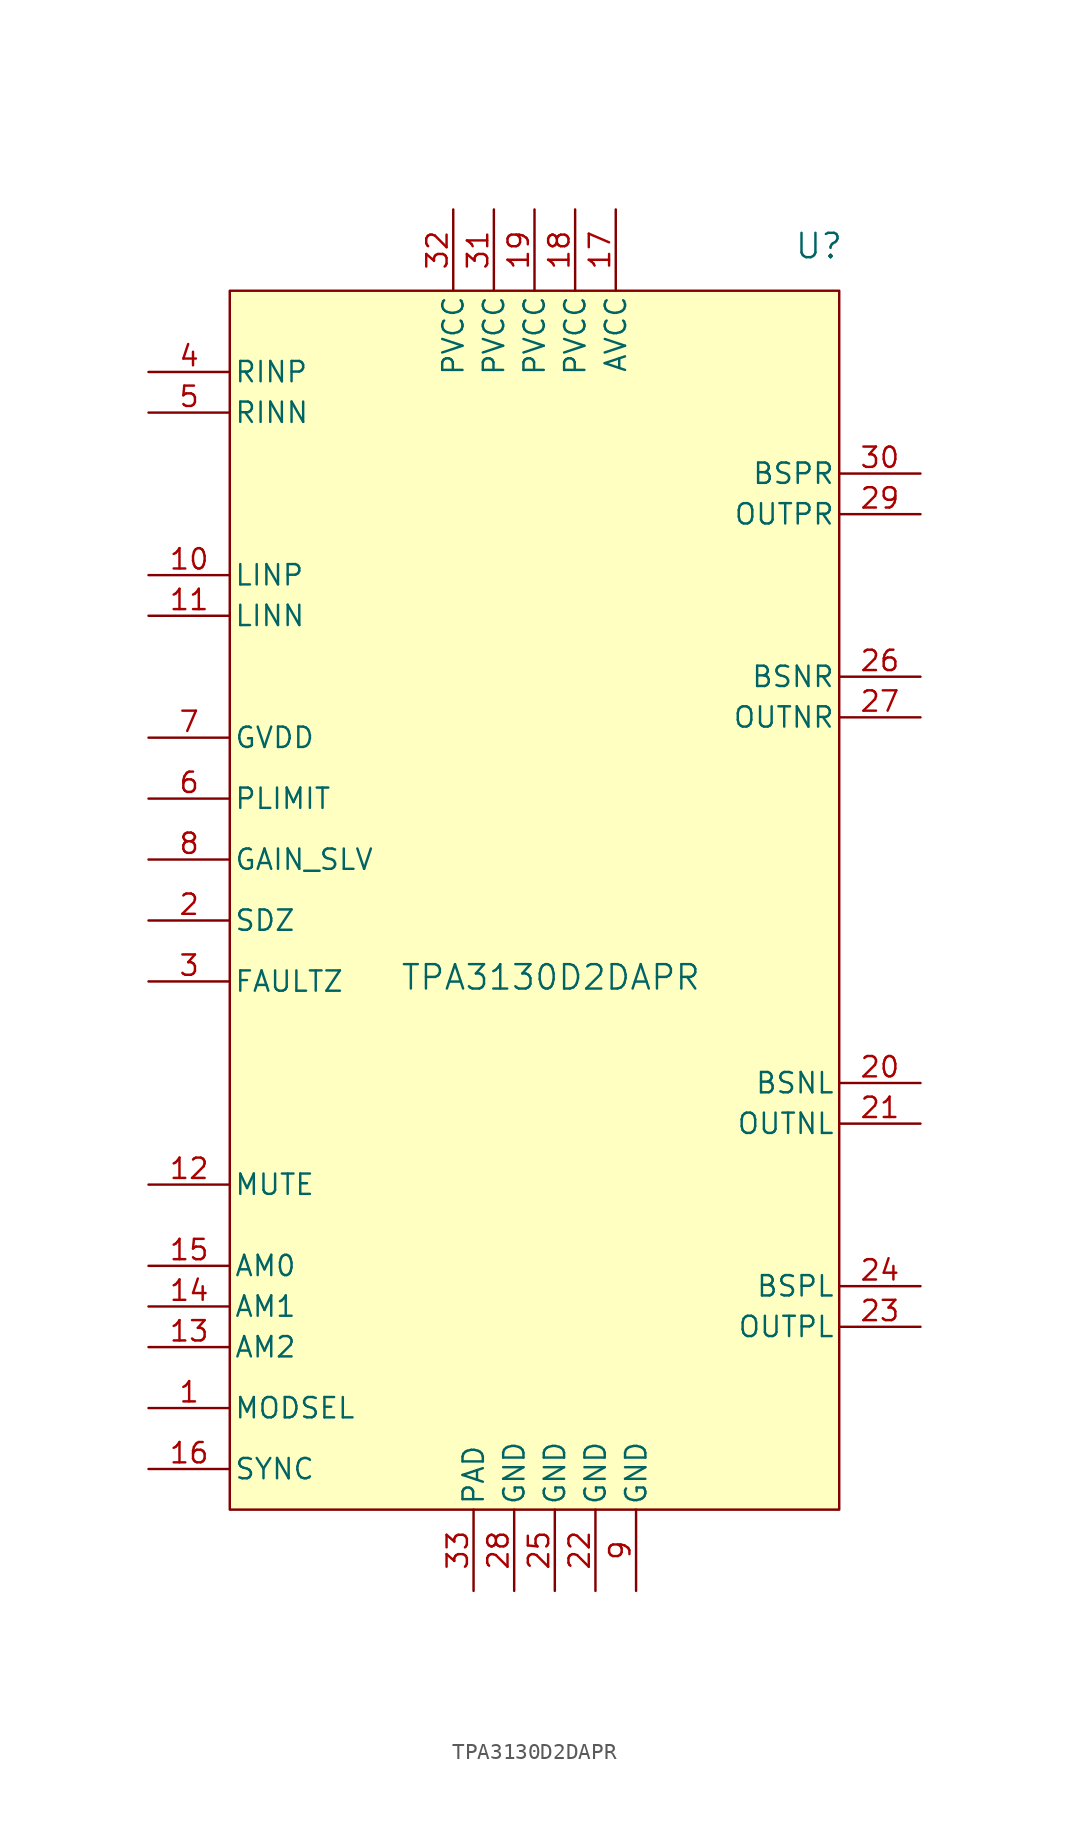
<source format=kicad_sym>
(kicad_symbol_lib
  (version 20231120)
  (generator "kicad_symbol_editor")
  (generator_version "8.0")
  (symbol "TPA3130D2DAPR"
    (pin_names
      (offset 0.254))
    (property "Reference" "U"
      (at 17.78 40.894 0)
      (effects (font (size 1.524 1.524))))
    (property "Value" "TPA3130D2DAPR"
      (at 1.016 -4.826 0)
      (effects (font (size 1.524 1.524))))
    (symbol "TPA3130D2DAPR_0_1"
      (pin input line (at -24.13 -31.75 0) (length 5.08) (name "MODSEL" (effects (font (size 1.27 1.27)))) (number "1" (effects (font (size 1.27 1.27)))))
      (pin input line (at -24.13 20.32 0) (length 5.08) (name "LINP" (effects (font (size 1.27 1.27)))) (number "10" (effects (font (size 1.27 1.27)))))
      (pin input line (at -24.13 17.78 0) (length 5.08) (name "LINN" (effects (font (size 1.27 1.27)))) (number "11" (effects (font (size 1.27 1.27)))))
      (pin input line (at -24.13 -17.78 0) (length 5.08) (name "MUTE" (effects (font (size 1.27 1.27)))) (number "12" (effects (font (size 1.27 1.27)))))
      (pin input line (at -24.13 -27.94 0) (length 5.08) (name "AM2" (effects (font (size 1.27 1.27)))) (number "13" (effects (font (size 1.27 1.27)))))
      (pin input line (at -24.13 -25.4 0) (length 5.08) (name "AM1" (effects (font (size 1.27 1.27)))) (number "14" (effects (font (size 1.27 1.27)))))
      (pin input line (at -24.13 -22.86 0) (length 5.08) (name "AM0" (effects (font (size 1.27 1.27)))) (number "15" (effects (font (size 1.27 1.27)))))
      (pin bidirectional line (at -24.13 -35.56 0) (length 5.08) (name "SYNC" (effects (font (size 1.27 1.27)))) (number "16" (effects (font (size 1.27 1.27)))))
      (pin power_in line (at 5.08 43.18 270) (length 5.08) (name "AVCC" (effects (font (size 1.27 1.27)))) (number "17" (effects (font (size 1.27 1.27)))))
      (pin power_in line (at 2.54 43.18 270) (length 5.08) (name "PVCC" (effects (font (size 1.27 1.27)))) (number "18" (effects (font (size 1.27 1.27)))))
      (pin power_in line (at 0 43.18 270) (length 5.08) (name "PVCC" (effects (font (size 1.27 1.27)))) (number "19" (effects (font (size 1.27 1.27)))))
      (pin input line (at -24.13 -1.27 0) (length 5.08) (name "SDZ" (effects (font (size 1.27 1.27)))) (number "2" (effects (font (size 1.27 1.27)))))
      (pin unspecified line (at 24.13 -11.43 180) (length 5.08) (name "BSNL" (effects (font (size 1.27 1.27)))) (number "20" (effects (font (size 1.27 1.27)))))
      (pin tri_state line (at 24.13 -13.97 180) (length 5.08) (name "OUTNL" (effects (font (size 1.27 1.27)))) (number "21" (effects (font (size 1.27 1.27)))))
      (pin power_in line (at 3.81 -43.18 90) (length 5.08) (name "GND" (effects (font (size 1.27 1.27)))) (number "22" (effects (font (size 1.27 1.27)))))
      (pin tri_state line (at 24.13 -26.67 180) (length 5.08) (name "OUTPL" (effects (font (size 1.27 1.27)))) (number "23" (effects (font (size 1.27 1.27)))))
      (pin unspecified line (at 24.13 -24.13 180) (length 5.08) (name "BSPL" (effects (font (size 1.27 1.27)))) (number "24" (effects (font (size 1.27 1.27)))))
      (pin power_in line (at 1.27 -43.18 90) (length 5.08) (name "GND" (effects (font (size 1.27 1.27)))) (number "25" (effects (font (size 1.27 1.27)))))
      (pin unspecified line (at 24.13 13.97 180) (length 5.08) (name "BSNR" (effects (font (size 1.27 1.27)))) (number "26" (effects (font (size 1.27 1.27)))))
      (pin tri_state line (at 24.13 11.43 180) (length 5.08) (name "OUTNR" (effects (font (size 1.27 1.27)))) (number "27" (effects (font (size 1.27 1.27)))))
      (pin power_in line (at -1.27 -43.18 90) (length 5.08) (name "GND" (effects (font (size 1.27 1.27)))) (number "28" (effects (font (size 1.27 1.27)))))
      (pin tri_state line (at 24.13 24.13 180) (length 5.08) (name "OUTPR" (effects (font (size 1.27 1.27)))) (number "29" (effects (font (size 1.27 1.27)))))
      (pin open_collector line (at -24.13 -5.08 0) (length 5.08) (name "FAULTZ" (effects (font (size 1.27 1.27)))) (number "3" (effects (font (size 1.27 1.27)))))
      (pin unspecified line (at 24.13 26.67 180) (length 5.08) (name "BSPR" (effects (font (size 1.27 1.27)))) (number "30" (effects (font (size 1.27 1.27)))))
      (pin power_in line (at -2.54 43.18 270) (length 5.08) (name "PVCC" (effects (font (size 1.27 1.27)))) (number "31" (effects (font (size 1.27 1.27)))))
      (pin power_in line (at -5.08 43.18 270) (length 5.08) (name "PVCC" (effects (font (size 1.27 1.27)))) (number "32" (effects (font (size 1.27 1.27)))))
      (pin power_in line (at -3.81 -43.18 90) (length 5.08) (name "PAD" (effects (font (size 1.27 1.27)))) (number "33" (effects (font (size 1.27 1.27)))))
      (pin input line (at -24.13 33.02 0) (length 5.08) (name "RINP" (effects (font (size 1.27 1.27)))) (number "4" (effects (font (size 1.27 1.27)))))
      (pin input line (at -24.13 30.48 0) (length 5.08) (name "RINN" (effects (font (size 1.27 1.27)))) (number "5" (effects (font (size 1.27 1.27)))))
      (pin input line (at -24.13 6.35 0) (length 5.08) (name "PLIMIT" (effects (font (size 1.27 1.27)))) (number "6" (effects (font (size 1.27 1.27)))))
      (pin unspecified line (at -24.13 10.16 0) (length 5.08) (name "GVDD" (effects (font (size 1.27 1.27)))) (number "7" (effects (font (size 1.27 1.27)))))
      (pin input line (at -24.13 2.54 0) (length 5.08) (name "GAIN_SLV" (effects (font (size 1.27 1.27)))) (number "8" (effects (font (size 1.27 1.27)))))
      (pin power_in line (at 6.35 -43.18 90) (length 5.08) (name "GND" (effects (font (size 1.27 1.27)))) (number "9" (effects (font (size 1.27 1.27))))))
    (symbol "TPA3130D2DAPR_1_1"
      (rectangle (start -19.05 38.1) (end 19.05 -38.1) (stroke (width 0) (type default)) (fill (type background))))))
</source>
